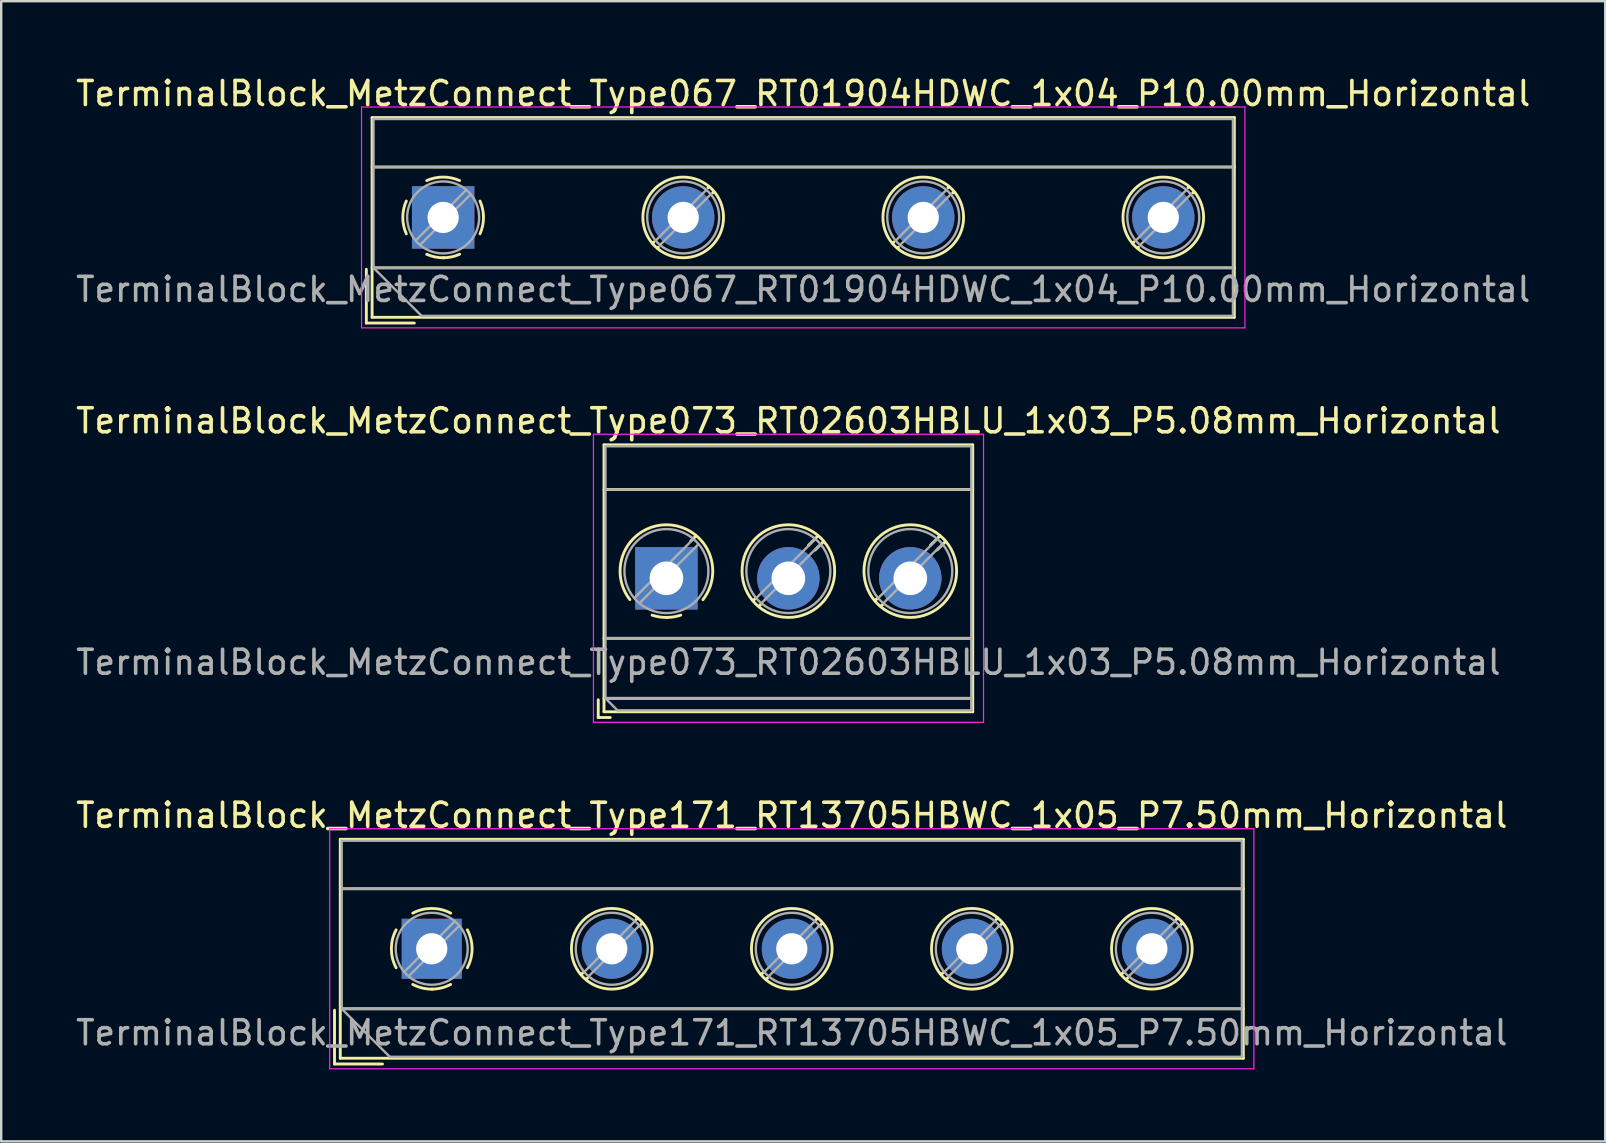
<source format=kicad_pcb>
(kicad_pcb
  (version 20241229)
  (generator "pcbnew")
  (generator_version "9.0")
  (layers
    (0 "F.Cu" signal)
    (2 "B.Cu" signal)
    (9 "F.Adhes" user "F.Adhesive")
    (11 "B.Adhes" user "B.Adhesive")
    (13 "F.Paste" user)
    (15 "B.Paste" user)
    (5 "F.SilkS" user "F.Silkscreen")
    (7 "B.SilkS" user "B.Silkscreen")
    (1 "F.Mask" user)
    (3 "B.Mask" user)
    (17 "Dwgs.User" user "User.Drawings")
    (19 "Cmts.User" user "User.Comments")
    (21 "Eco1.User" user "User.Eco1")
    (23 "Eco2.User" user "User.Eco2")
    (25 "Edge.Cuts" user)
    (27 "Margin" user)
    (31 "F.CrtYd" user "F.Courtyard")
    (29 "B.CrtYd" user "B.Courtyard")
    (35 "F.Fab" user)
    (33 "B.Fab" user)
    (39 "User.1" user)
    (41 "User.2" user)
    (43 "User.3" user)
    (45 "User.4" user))
  (footprint "TerminalBlock_MetzConnect_Type073_RT02603HBLU_1x03_P5.08mm_Horizontal"
    (layer "F.Cu")
    (at 24.712 21.041)
    (property "Reference" "TerminalBlock_MetzConnect_Type073_RT02603HBLU_1x03_P5.08mm_Horizontal" (at 5.08 -6.56 0) (layer "F.SilkS") (effects (font (size 1 1) (thickness 0.15))))
    (attr through_hole)
    (fp_line (start -2.84 5.06) (end -2.84 5.8) (stroke (width 0.12) (type solid)) (layer "F.SilkS"))
    (fp_line (start -2.84 5.8) (end -2.34 5.8) (stroke (width 0.12) (type solid)) (layer "F.SilkS"))
    (fp_line (start -2.6 -5.56) (end -2.6 5.56) (stroke (width 0.12) (type solid)) (layer "F.SilkS"))
    (fp_line (start -2.6 -5.56) (end 12.76 -5.56) (stroke (width 0.12) (type solid)) (layer "F.SilkS"))
    (fp_line (start -2.6 -3.7) (end 12.76 -3.7) (stroke (width 0.12) (type solid)) (layer "F.SilkS"))
    (fp_line (start -2.6 2.5) (end 12.76 2.5) (stroke (width 0.12) (type solid)) (layer "F.SilkS"))
    (fp_line (start -2.6 5) (end 12.76 5) (stroke (width 0.12) (type solid)) (layer "F.SilkS"))
    (fp_line (start -2.6 5.56) (end 12.76 5.56) (stroke (width 0.12) (type solid)) (layer "F.SilkS"))
    (fp_line (start 1.229 -1.764) (end 1.013 -1.549) (stroke (width 0.12) (type solid)) (layer "F.SilkS"))
    (fp_line (start 3.724 0.821) (end 3.617 0.928) (stroke (width 0.12) (type solid)) (layer "F.SilkS"))
    (fp_line (start 3.933 1.083) (end 3.852 1.164) (stroke (width 0.12) (type solid)) (layer "F.SilkS"))
    (fp_line (start 6.309 -1.764) (end 5.918 -1.374) (stroke (width 0.12) (type solid)) (layer "F.SilkS"))
    (fp_line (start 6.544 -1.529) (end 6.194 -1.179) (stroke (width 0.12) (type solid)) (layer "F.SilkS"))
    (fp_line (start 8.804 0.821) (end 8.697 0.928) (stroke (width 0.12) (type solid)) (layer "F.SilkS"))
    (fp_line (start 9.013 1.083) (end 8.932 1.164) (stroke (width 0.12) (type solid)) (layer "F.SilkS"))
    (fp_line (start 11.389 -1.764) (end 10.998 -1.374) (stroke (width 0.12) (type solid)) (layer "F.SilkS"))
    (fp_line (start 11.624 -1.529) (end 11.274 -1.179) (stroke (width 0.12) (type solid)) (layer "F.SilkS"))
    (fp_line (start 12.76 -5.56) (end 12.76 5.56) (stroke (width 0.12) (type solid)) (layer "F.SilkS"))
    (fp_arc (start -1.521645 0.888175) (mid -1.930586 -0.300524) (end -1.521 -1.489) (stroke (width 0.12) (type solid)) (layer "F.SilkS"))
    (fp_arc (start -1.500317 -1.514609) (mid -0.000252 -2.230344) (end 1.5 -1.515) (stroke (width 0.12) (type solid)) (layer "F.SilkS"))
    (fp_arc (start 0.033269 1.630336) (mid -0.285785 1.609354) (end -0.597 1.536) (stroke (width 0.12) (type solid)) (layer "F.SilkS"))
    (fp_arc (start 0.596403 1.535539) (mid 0.301919 1.606238) (end 0 1.63) (stroke (width 0.12) (type solid)) (layer "F.SilkS"))
    (fp_arc (start 1.521645 -1.488175) (mid 1.930586 -0.299476) (end 1.521 0.889) (stroke (width 0.12) (type solid)) (layer "F.SilkS"))
    (fp_arc (start 5.08 1.63) (mid 5.08 -2.23) (end 5.08 1.63) (stroke (width 0.12) (type solid)) (layer "F.SilkS"))
    (fp_arc (start 10.16 1.63) (mid 10.16 -2.23) (end 10.16 1.63) (stroke (width 0.12) (type solid)) (layer "F.SilkS"))
    (fp_line (start -3.04 -6) (end -3.04 6) (stroke (width 0.05) (type solid)) (layer "F.CrtYd"))
    (fp_line (start -3.04 6) (end 13.21 6) (stroke (width 0.05) (type solid)) (layer "F.CrtYd"))
    (fp_line (start 13.21 -6) (end -3.04 -6) (stroke (width 0.05) (type solid)) (layer "F.CrtYd"))
    (fp_line (start 13.21 6) (end 13.21 -6) (stroke (width 0.05) (type solid)) (layer "F.CrtYd"))
    (fp_line (start -2.54 -5.5) (end 12.7 -5.5) (stroke (width 0.1) (type solid)) (layer "F.Fab"))
    (fp_line (start -2.54 -3.7) (end 12.7 -3.7) (stroke (width 0.1) (type solid)) (layer "F.Fab"))
    (fp_line (start -2.54 2.5) (end 12.7 2.5) (stroke (width 0.1) (type solid)) (layer "F.Fab"))
    (fp_line (start -2.54 5) (end -2.54 -5.5) (stroke (width 0.1) (type solid)) (layer "F.Fab"))
    (fp_line (start -2.54 5) (end 12.7 5) (stroke (width 0.1) (type solid)) (layer "F.Fab"))
    (fp_line (start -2.04 5.5) (end -2.54 5) (stroke (width 0.1) (type solid)) (layer "F.Fab"))
    (fp_line (start 1.114 -1.628) (end -1.328 0.814) (stroke (width 0.1) (type solid)) (layer "F.Fab"))
    (fp_line (start 1.328 -1.414) (end -1.114 1.027) (stroke (width 0.1) (type solid)) (layer "F.Fab"))
    (fp_line (start 6.194 -1.628) (end 3.753 0.814) (stroke (width 0.1) (type solid)) (layer "F.Fab"))
    (fp_line (start 6.408 -1.414) (end 3.967 1.027) (stroke (width 0.1) (type solid)) (layer "F.Fab"))
    (fp_line (start 11.274 -1.628) (end 8.833 0.814) (stroke (width 0.1) (type solid)) (layer "F.Fab"))
    (fp_line (start 11.488 -1.414) (end 9.047 1.027) (stroke (width 0.1) (type solid)) (layer "F.Fab"))
    (fp_line (start 12.7 -5.5) (end 12.7 5.5) (stroke (width 0.1) (type solid)) (layer "F.Fab"))
    (fp_line (start 12.7 5.5) (end -2.04 5.5) (stroke (width 0.1) (type solid)) (layer "F.Fab"))
    (fp_circle (center 0 -0.3) (end 1.75 -0.3) (stroke (width 0.1) (type solid)) (fill no) (layer "F.Fab"))
    (fp_circle (center 5.08 -0.3) (end 6.83 -0.3) (stroke (width 0.1) (type solid)) (fill no) (layer "F.Fab"))
    (fp_circle (center 10.16 -0.3) (end 11.91 -0.3) (stroke (width 0.1) (type solid)) (fill no) (layer "F.Fab"))
    (fp_text user "${REFERENCE}" (at 5.08 3.5 0) (layer "F.Fab") (effects (font (size 1 1) (thickness 0.15))))
    (pad "1" thru_hole rect (at 0 0) (size 2.6 2.6) (drill 1.4) (layers "*.Cu" "*.Mask"))
    (pad "2" thru_hole circle (at 5.08 0) (size 2.6 2.6) (drill 1.4) (layers "*.Cu" "*.Mask"))
    (pad "3" thru_hole circle (at 10.16 0) (size 2.6 2.6) (drill 1.4) (layers "*.Cu" "*.Mask")))
  (footprint "TerminalBlock_MetzConnect_Type067_RT01904HDWC_1x04_P10.00mm_Horizontal"
    (layer "F.Cu")
    (at 15.411 6.008)
    (property "Reference" "TerminalBlock_MetzConnect_Type067_RT01904HDWC_1x04_P10.00mm_Horizontal" (at 15 -5.16 0) (layer "F.SilkS") (effects (font (size 1 1) (thickness 0.15))))
    (attr through_hole)
    (fp_line (start -3.2 2.16) (end -3.2 4.4) (stroke (width 0.12) (type solid)) (layer "F.SilkS"))
    (fp_line (start -3.2 4.4) (end -1.2 4.4) (stroke (width 0.12) (type solid)) (layer "F.SilkS"))
    (fp_line (start -2.96 -4.16) (end -2.96 4.16) (stroke (width 0.12) (type solid)) (layer "F.SilkS"))
    (fp_line (start -2.96 -4.16) (end 32.96 -4.16) (stroke (width 0.12) (type solid)) (layer "F.SilkS"))
    (fp_line (start -2.96 -2.1) (end 32.96 -2.1) (stroke (width 0.12) (type solid)) (layer "F.SilkS"))
    (fp_line (start -2.96 2.1) (end 32.96 2.1) (stroke (width 0.12) (type solid)) (layer "F.SilkS"))
    (fp_line (start -2.96 4.16) (end 32.96 4.16) (stroke (width 0.12) (type solid)) (layer "F.SilkS"))
    (fp_line (start 8.773 1.023) (end 8.726 1.069) (stroke (width 0.12) (type solid)) (layer "F.SilkS"))
    (fp_line (start 8.966 1.239) (end 8.931 1.274) (stroke (width 0.12) (type solid)) (layer "F.SilkS"))
    (fp_line (start 11.07 -1.275) (end 11.035 -1.239) (stroke (width 0.12) (type solid)) (layer "F.SilkS"))
    (fp_line (start 11.275 -1.069) (end 11.228 -1.023) (stroke (width 0.12) (type solid)) (layer "F.SilkS"))
    (fp_line (start 18.773 1.023) (end 18.726 1.069) (stroke (width 0.12) (type solid)) (layer "F.SilkS"))
    (fp_line (start 18.966 1.239) (end 18.931 1.274) (stroke (width 0.12) (type solid)) (layer "F.SilkS"))
    (fp_line (start 21.07 -1.275) (end 21.035 -1.239) (stroke (width 0.12) (type solid)) (layer "F.SilkS"))
    (fp_line (start 21.275 -1.069) (end 21.228 -1.023) (stroke (width 0.12) (type solid)) (layer "F.SilkS"))
    (fp_line (start 28.773 1.023) (end 28.726 1.069) (stroke (width 0.12) (type solid)) (layer "F.SilkS"))
    (fp_line (start 28.966 1.239) (end 28.931 1.274) (stroke (width 0.12) (type solid)) (layer "F.SilkS"))
    (fp_line (start 31.07 -1.275) (end 31.035 -1.239) (stroke (width 0.12) (type solid)) (layer "F.SilkS"))
    (fp_line (start 31.275 -1.069) (end 31.228 -1.023) (stroke (width 0.12) (type solid)) (layer "F.SilkS"))
    (fp_line (start 32.96 -4.16) (end 32.96 4.16) (stroke (width 0.12) (type solid)) (layer "F.SilkS"))
    (fp_arc (start -1.535427 0.683042) (mid -1.680501 -0.000524) (end -1.535 -0.684) (stroke (width 0.12) (type solid)) (layer "F.SilkS"))
    (fp_arc (start -0.683042 -1.535427) (mid 0.000524 -1.680501) (end 0.684 -1.535) (stroke (width 0.12) (type solid)) (layer "F.SilkS"))
    (fp_arc (start 0.028805 1.680253) (mid -0.335551 1.646659) (end -0.684 1.535) (stroke (width 0.12) (type solid)) (layer "F.SilkS"))
    (fp_arc (start 0.683318 1.534756) (mid 0.349292 1.643288) (end 0 1.68) (stroke (width 0.12) (type solid)) (layer "F.SilkS"))
    (fp_arc (start 1.535427 -0.683042) (mid 1.680501 0.000524) (end 1.535 0.684) (stroke (width 0.12) (type solid)) (layer "F.SilkS"))
    (fp_circle (center 10 0) (end 11.68 0) (stroke (width 0.12) (type solid)) (fill no) (layer "F.SilkS"))
    (fp_circle (center 20 0) (end 21.68 0) (stroke (width 0.12) (type solid)) (fill no) (layer "F.SilkS"))
    (fp_circle (center 30 0) (end 31.68 0) (stroke (width 0.12) (type solid)) (fill no) (layer "F.SilkS"))
    (fp_line (start -3.4 -4.6) (end -3.4 4.6) (stroke (width 0.05) (type solid)) (layer "F.CrtYd"))
    (fp_line (start -3.4 4.6) (end 33.4 4.6) (stroke (width 0.05) (type solid)) (layer "F.CrtYd"))
    (fp_line (start 33.4 -4.6) (end -3.4 -4.6) (stroke (width 0.05) (type solid)) (layer "F.CrtYd"))
    (fp_line (start 33.4 4.6) (end 33.4 -4.6) (stroke (width 0.05) (type solid)) (layer "F.CrtYd"))
    (fp_line (start -2.9 -4.1) (end 32.9 -4.1) (stroke (width 0.1) (type solid)) (layer "F.Fab"))
    (fp_line (start -2.9 -2.1) (end 32.9 -2.1) (stroke (width 0.1) (type solid)) (layer "F.Fab"))
    (fp_line (start -2.9 2.1) (end -2.9 -4.1) (stroke (width 0.1) (type solid)) (layer "F.Fab"))
    (fp_line (start -2.9 2.1) (end 32.9 2.1) (stroke (width 0.1) (type solid)) (layer "F.Fab"))
    (fp_line (start -0.9 4.1) (end -2.9 2.1) (stroke (width 0.1) (type solid)) (layer "F.Fab"))
    (fp_line (start 0.955 -1.138) (end -1.138 0.955) (stroke (width 0.1) (type solid)) (layer "F.Fab"))
    (fp_line (start 1.138 -0.955) (end -0.955 1.138) (stroke (width 0.1) (type solid)) (layer "F.Fab"))
    (fp_line (start 10.955 -1.138) (end 8.863 0.955) (stroke (width 0.1) (type solid)) (layer "F.Fab"))
    (fp_line (start 11.138 -0.955) (end 9.046 1.138) (stroke (width 0.1) (type solid)) (layer "F.Fab"))
    (fp_line (start 20.955 -1.138) (end 18.863 0.955) (stroke (width 0.1) (type solid)) (layer "F.Fab"))
    (fp_line (start 21.138 -0.955) (end 19.046 1.138) (stroke (width 0.1) (type solid)) (layer "F.Fab"))
    (fp_line (start 30.955 -1.138) (end 28.863 0.955) (stroke (width 0.1) (type solid)) (layer "F.Fab"))
    (fp_line (start 31.138 -0.955) (end 29.046 1.138) (stroke (width 0.1) (type solid)) (layer "F.Fab"))
    (fp_line (start 32.9 -4.1) (end 32.9 4.1) (stroke (width 0.1) (type solid)) (layer "F.Fab"))
    (fp_line (start 32.9 4.1) (end -0.9 4.1) (stroke (width 0.1) (type solid)) (layer "F.Fab"))
    (fp_circle (center 0 0) (end 1.5 0) (stroke (width 0.1) (type solid)) (fill no) (layer "F.Fab"))
    (fp_circle (center 10 0) (end 11.5 0) (stroke (width 0.1) (type solid)) (fill no) (layer "F.Fab"))
    (fp_circle (center 20 0) (end 21.5 0) (stroke (width 0.1) (type solid)) (fill no) (layer "F.Fab"))
    (fp_circle (center 30 0) (end 31.5 0) (stroke (width 0.1) (type solid)) (fill no) (layer "F.Fab"))
    (fp_text user "${REFERENCE}" (at 15 3 0) (layer "F.Fab") (effects (font (size 1 1) (thickness 0.15))))
    (pad "1" thru_hole rect (at 0 0) (size 2.6 2.6) (drill 1.3) (layers "*.Cu" "*.Mask"))
    (pad "2" thru_hole circle (at 10 0) (size 2.6 2.6) (drill 1.3) (layers "*.Cu" "*.Mask"))
    (pad "3" thru_hole circle (at 20 0) (size 2.6 2.6) (drill 1.3) (layers "*.Cu" "*.Mask"))
    (pad "4" thru_hole circle (at 30 0) (size 2.6 2.6) (drill 1.3) (layers "*.Cu" "*.Mask")))
  (footprint "TerminalBlock_MetzConnect_Type171_RT13705HBWC_1x05_P7.50mm_Horizontal"
    (layer "F.Cu")
    (at 14.935 36.475)
    (property "Reference" "TerminalBlock_MetzConnect_Type171_RT13705HBWC_1x05_P7.50mm_Horizontal" (at 15 -5.56 0) (layer "F.SilkS") (effects (font (size 1 1) (thickness 0.15))))
    (attr through_hole)
    (fp_line (start -4.05 2.56) (end -4.05 4.8) (stroke (width 0.12) (type solid)) (layer "F.SilkS"))
    (fp_line (start -4.05 4.8) (end -2.05 4.8) (stroke (width 0.12) (type solid)) (layer "F.SilkS"))
    (fp_line (start -3.81 -4.56) (end -3.81 4.56) (stroke (width 0.12) (type solid)) (layer "F.SilkS"))
    (fp_line (start -3.81 -4.56) (end 33.81 -4.56) (stroke (width 0.12) (type solid)) (layer "F.SilkS"))
    (fp_line (start -3.81 -2.5) (end 33.81 -2.5) (stroke (width 0.12) (type solid)) (layer "F.SilkS"))
    (fp_line (start -3.81 2.5) (end 33.81 2.5) (stroke (width 0.12) (type solid)) (layer "F.SilkS"))
    (fp_line (start -3.81 4.56) (end 33.81 4.56) (stroke (width 0.12) (type solid)) (layer "F.SilkS"))
    (fp_line (start 6.32 0.976) (end 6.226 1.069) (stroke (width 0.12) (type solid)) (layer "F.SilkS"))
    (fp_line (start 6.49 1.216) (end 6.431 1.274) (stroke (width 0.12) (type solid)) (layer "F.SilkS"))
    (fp_line (start 8.57 -1.275) (end 8.511 -1.216) (stroke (width 0.12) (type solid)) (layer "F.SilkS"))
    (fp_line (start 8.775 -1.069) (end 8.681 -0.976) (stroke (width 0.12) (type solid)) (layer "F.SilkS"))
    (fp_line (start 13.82 0.976) (end 13.726 1.069) (stroke (width 0.12) (type solid)) (layer "F.SilkS"))
    (fp_line (start 13.99 1.216) (end 13.931 1.274) (stroke (width 0.12) (type solid)) (layer "F.SilkS"))
    (fp_line (start 16.07 -1.275) (end 16.011 -1.216) (stroke (width 0.12) (type solid)) (layer "F.SilkS"))
    (fp_line (start 16.275 -1.069) (end 16.181 -0.976) (stroke (width 0.12) (type solid)) (layer "F.SilkS"))
    (fp_line (start 21.32 0.976) (end 21.226 1.069) (stroke (width 0.12) (type solid)) (layer "F.SilkS"))
    (fp_line (start 21.49 1.216) (end 21.431 1.274) (stroke (width 0.12) (type solid)) (layer "F.SilkS"))
    (fp_line (start 23.57 -1.275) (end 23.511 -1.216) (stroke (width 0.12) (type solid)) (layer "F.SilkS"))
    (fp_line (start 23.775 -1.069) (end 23.681 -0.976) (stroke (width 0.12) (type solid)) (layer "F.SilkS"))
    (fp_line (start 28.82 0.976) (end 28.726 1.069) (stroke (width 0.12) (type solid)) (layer "F.SilkS"))
    (fp_line (start 28.99 1.216) (end 28.931 1.274) (stroke (width 0.12) (type solid)) (layer "F.SilkS"))
    (fp_line (start 31.07 -1.275) (end 31.011 -1.216) (stroke (width 0.12) (type solid)) (layer "F.SilkS"))
    (fp_line (start 31.275 -1.069) (end 31.181 -0.976) (stroke (width 0.12) (type solid)) (layer "F.SilkS"))
    (fp_line (start 33.81 -4.56) (end 33.81 4.56) (stroke (width 0.12) (type solid)) (layer "F.SilkS"))
    (fp_arc (start -1.483953 0.789089) (mid -1.680708 0.00005) (end -1.484 -0.789) (stroke (width 0.12) (type solid)) (layer "F.SilkS"))
    (fp_arc (start -0.789089 -1.483953) (mid -0.00005 -1.680708) (end 0.789 -1.484) (stroke (width 0.12) (type solid)) (layer "F.SilkS"))
    (fp_arc (start 0.029383 1.68045) (mid -0.392304 1.634281) (end -0.789 1.484) (stroke (width 0.12) (type solid)) (layer "F.SilkS"))
    (fp_arc (start 0.788712 1.483352) (mid 0.406429 1.630097) (end 0 1.68) (stroke (width 0.12) (type solid)) (layer "F.SilkS"))
    (fp_arc (start 1.483953 -0.789089) (mid 1.680708 -0.00005) (end 1.484 0.789) (stroke (width 0.12) (type solid)) (layer "F.SilkS"))
    (fp_circle (center 7.5 0) (end 9.18 0) (stroke (width 0.12) (type solid)) (fill no) (layer "F.SilkS"))
    (fp_circle (center 15 0) (end 16.68 0) (stroke (width 0.12) (type solid)) (fill no) (layer "F.SilkS"))
    (fp_circle (center 22.5 0) (end 24.18 0) (stroke (width 0.12) (type solid)) (fill no) (layer "F.SilkS"))
    (fp_circle (center 30 0) (end 31.68 0) (stroke (width 0.12) (type solid)) (fill no) (layer "F.SilkS"))
    (fp_line (start -4.25 -5) (end -4.25 5) (stroke (width 0.05) (type solid)) (layer "F.CrtYd"))
    (fp_line (start -4.25 5) (end 34.25 5) (stroke (width 0.05) (type solid)) (layer "F.CrtYd"))
    (fp_line (start 34.25 -5) (end -4.25 -5) (stroke (width 0.05) (type solid)) (layer "F.CrtYd"))
    (fp_line (start 34.25 5) (end 34.25 -5) (stroke (width 0.05) (type solid)) (layer "F.CrtYd"))
    (fp_line (start -3.75 -4.5) (end 33.75 -4.5) (stroke (width 0.1) (type solid)) (layer "F.Fab"))
    (fp_line (start -3.75 -2.5) (end 33.75 -2.5) (stroke (width 0.1) (type solid)) (layer "F.Fab"))
    (fp_line (start -3.75 2.5) (end -3.75 -4.5) (stroke (width 0.1) (type solid)) (layer "F.Fab"))
    (fp_line (start -3.75 2.5) (end 33.75 2.5) (stroke (width 0.1) (type solid)) (layer "F.Fab"))
    (fp_line (start -1.75 4.5) (end -3.75 2.5) (stroke (width 0.1) (type solid)) (layer "F.Fab"))
    (fp_line (start 0.955 -1.138) (end -1.138 0.955) (stroke (width 0.1) (type solid)) (layer "F.Fab"))
    (fp_line (start 1.138 -0.955) (end -0.955 1.138) (stroke (width 0.1) (type solid)) (layer "F.Fab"))
    (fp_line (start 8.455 -1.138) (end 6.363 0.955) (stroke (width 0.1) (type solid)) (layer "F.Fab"))
    (fp_line (start 8.638 -0.955) (end 6.546 1.138) (stroke (width 0.1) (type solid)) (layer "F.Fab"))
    (fp_line (start 15.955 -1.138) (end 13.863 0.955) (stroke (width 0.1) (type solid)) (layer "F.Fab"))
    (fp_line (start 16.138 -0.955) (end 14.046 1.138) (stroke (width 0.1) (type solid)) (layer "F.Fab"))
    (fp_line (start 23.455 -1.138) (end 21.363 0.955) (stroke (width 0.1) (type solid)) (layer "F.Fab"))
    (fp_line (start 23.638 -0.955) (end 21.546 1.138) (stroke (width 0.1) (type solid)) (layer "F.Fab"))
    (fp_line (start 30.955 -1.138) (end 28.863 0.955) (stroke (width 0.1) (type solid)) (layer "F.Fab"))
    (fp_line (start 31.138 -0.955) (end 29.046 1.138) (stroke (width 0.1) (type solid)) (layer "F.Fab"))
    (fp_line (start 33.75 -4.5) (end 33.75 4.5) (stroke (width 0.1) (type solid)) (layer "F.Fab"))
    (fp_line (start 33.75 4.5) (end -1.75 4.5) (stroke (width 0.1) (type solid)) (layer "F.Fab"))
    (fp_circle (center 0 0) (end 1.5 0) (stroke (width 0.1) (type solid)) (fill no) (layer "F.Fab"))
    (fp_circle (center 7.5 0) (end 9 0) (stroke (width 0.1) (type solid)) (fill no) (layer "F.Fab"))
    (fp_circle (center 15 0) (end 16.5 0) (stroke (width 0.1) (type solid)) (fill no) (layer "F.Fab"))
    (fp_circle (center 22.5 0) (end 24 0) (stroke (width 0.1) (type solid)) (fill no) (layer "F.Fab"))
    (fp_circle (center 30 0) (end 31.5 0) (stroke (width 0.1) (type solid)) (fill no) (layer "F.Fab"))
    (fp_text user "${REFERENCE}" (at 15 3.5 0) (layer "F.Fab") (effects (font (size 1 1) (thickness 0.15))))
    (pad "1" thru_hole rect (at 0 0) (size 2.5 2.5) (drill 1.3) (layers "*.Cu" "*.Mask"))
    (pad "2" thru_hole circle (at 7.5 0) (size 2.5 2.5) (drill 1.3) (layers "*.Cu" "*.Mask"))
    (pad "3" thru_hole circle (at 15 0) (size 2.5 2.5) (drill 1.3) (layers "*.Cu" "*.Mask"))
    (pad "4" thru_hole circle (at 22.5 0) (size 2.5 2.5) (drill 1.3) (layers "*.Cu" "*.Mask"))
    (pad "5" thru_hole circle (at 30 0) (size 2.5 2.5) (drill 1.3) (layers "*.Cu" "*.Mask")))
  (gr_rect
    (start -3 -3)
    (end 63.821 44.5)
    (stroke (width 0.1) (type default))
    (fill no)
    (layer "Edge.Cuts")))
</source>
